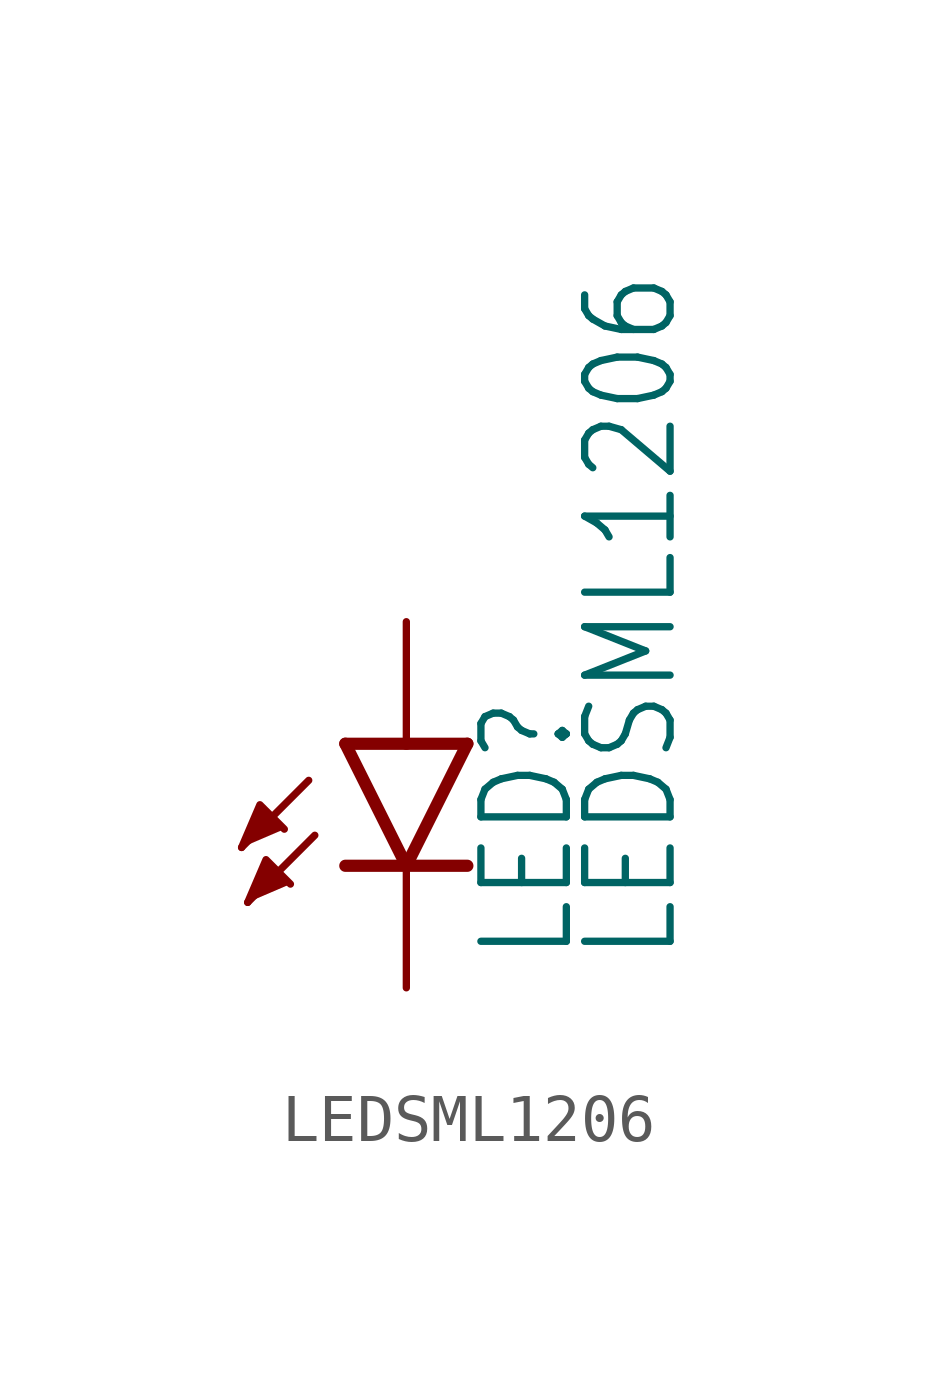
<source format=kicad_sym>
(kicad_symbol_lib
  (version 20211014)
  (generator kicad_symbol_editor)
  (symbol "LEDSML1206"
    (property "Reference" "LED"
      (at 3.556 -4.572 90)
      (effects (font (size 1.778 1.511)) (justify left bottom)))
    (property "Value" "LEDSML1206"
      (at 5.715 -4.572 90)
      (effects (font (size 1.778 1.511)) (justify left bottom)))
    (property "ki_locked" ""
      (at 0 0 0)
      (effects (font (size 1.27 1.27))))
    (symbol "LEDSML1206_1_0"
      (polyline (pts (xy -2.032 -0.762) (xy -3.429 -2.159)) (stroke (width 0.152) (type default) (color 0 0 0 0)) (fill (type none)))
      (polyline (pts (xy -1.905 -1.905) (xy -3.302 -3.302)) (stroke (width 0.152) (type default) (color 0 0 0 0)) (fill (type none)))
      (polyline (pts (xy 0 -2.54) (xy -1.27 -2.54)) (stroke (width 0.254) (type default) (color 0 0 0 0)) (fill (type none)))
      (polyline (pts (xy 0 -2.54) (xy -1.27 0)) (stroke (width 0.254) (type default) (color 0 0 0 0)) (fill (type none)))
      (polyline (pts (xy 0 0) (xy -1.27 0)) (stroke (width 0.254) (type default) (color 0 0 0 0)) (fill (type none)))
      (polyline (pts (xy 1.27 -2.54) (xy 0 -2.54)) (stroke (width 0.254) (type default) (color 0 0 0 0)) (fill (type none)))
      (polyline (pts (xy 1.27 0) (xy 0 -2.54)) (stroke (width 0.254) (type default) (color 0 0 0 0)) (fill (type none)))
      (polyline (pts (xy 1.27 0) (xy 0 0)) (stroke (width 0.254) (type default) (color 0 0 0 0)) (fill (type none)))
      (polyline (pts (xy -3.429 -2.159) (xy -3.048 -1.27) (xy -2.54 -1.778)) (stroke (width 0) (type default) (color 0 0 0 0)) (fill (type outline)))
      (polyline (pts (xy -3.302 -3.302) (xy -2.921 -2.413) (xy -2.413 -2.921)) (stroke (width 0) (type default) (color 0 0 0 0)) (fill (type outline)))
      (pin passive line (at 0 2.54 270) (length 2.54) (name "A" (effects (font (size 0 0)))) (number "A" (effects (font (size 0 0)))))
      (pin passive line (at 0 -5.08 90) (length 2.54) (name "C" (effects (font (size 0 0)))) (number "C" (effects (font (size 0 0))))))))
</source>
